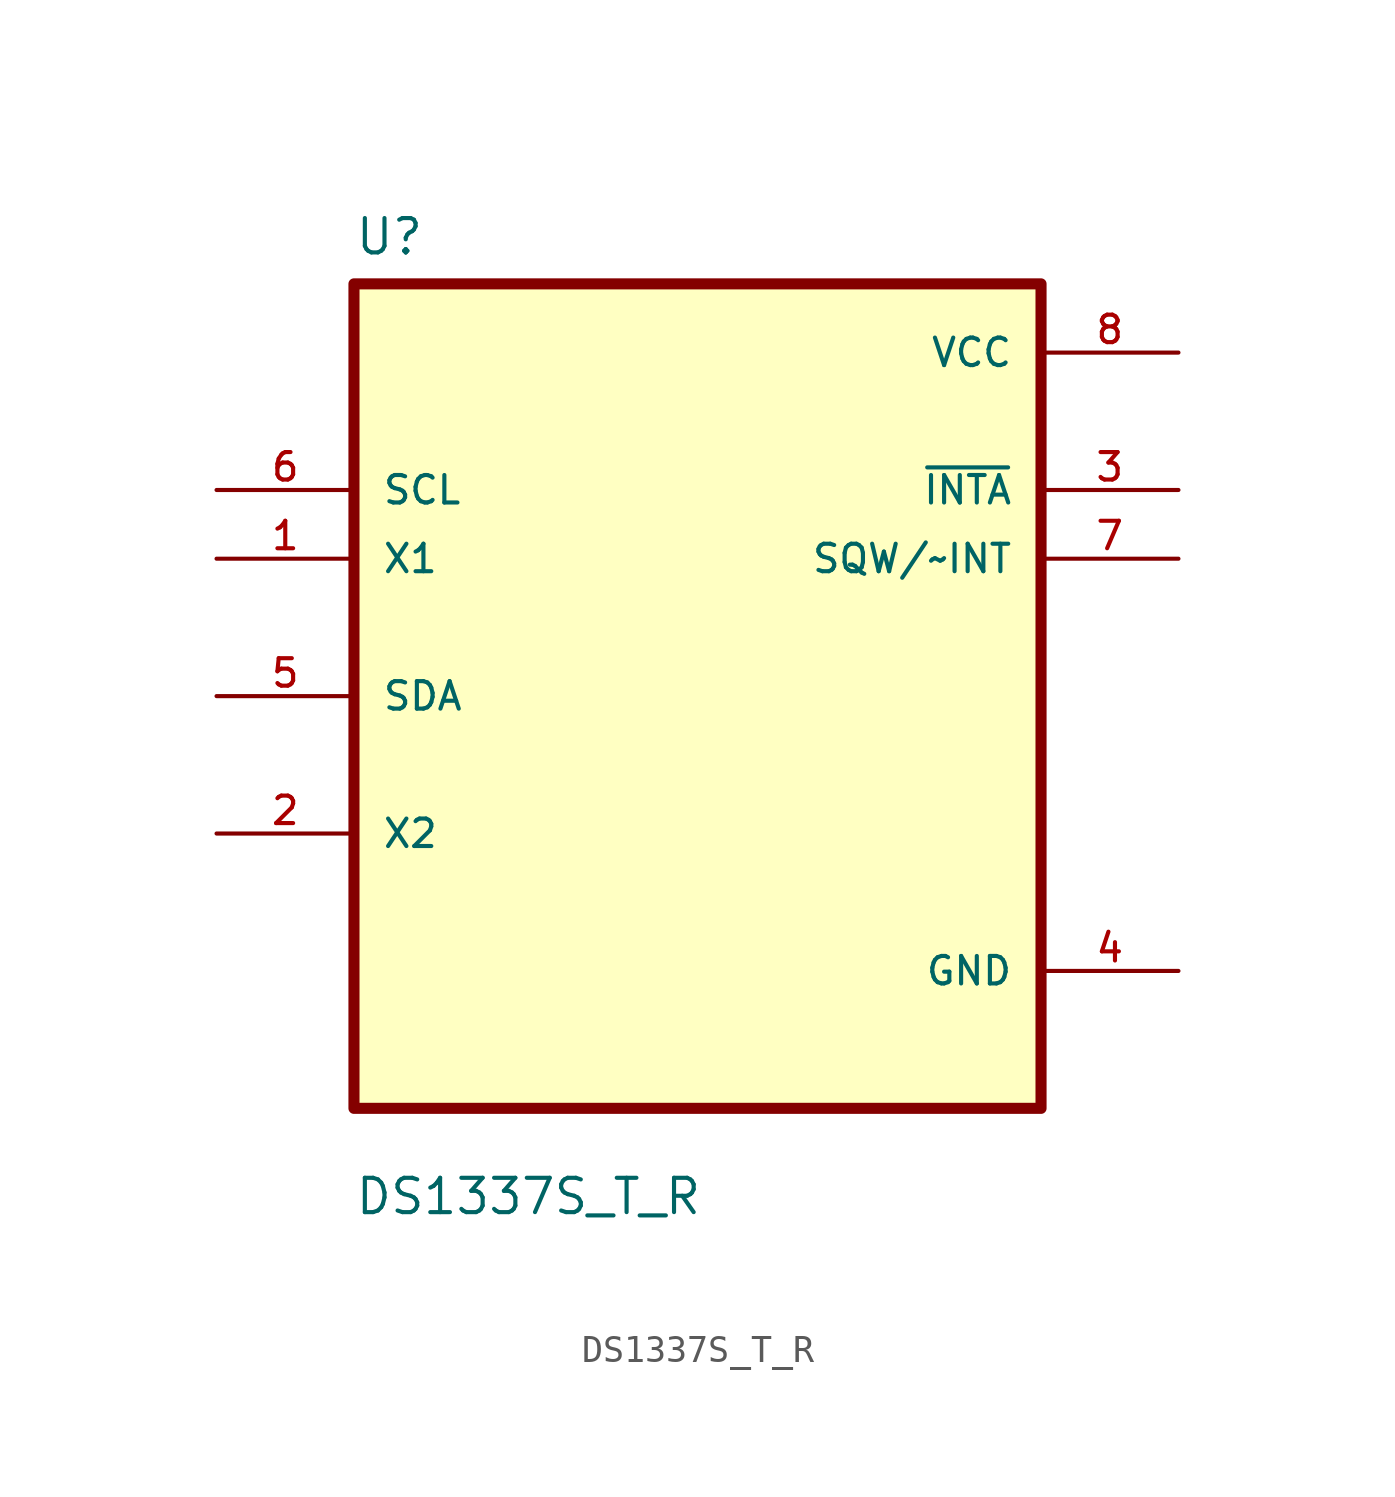
<source format=kicad_sym>
(kicad_symbol_lib
  (version 20211014)
  (generator kicad_symbol_editor)
  (symbol "DS1337S_T_R"
    (pin_names
      (offset 1.016))
    (property "Reference" "U"
      (at -12.7 16.24 0.0)
      (effects (font (size 1.27 1.27)) (justify bottom left)))
    (property "Value" "DS1337S_T_R"
      (at -12.7 -19.24 0.0)
      (effects (font (size 1.27 1.27)) (justify bottom left)))
    (symbol "DS1337S_T_R_0_0"
      (rectangle (start -12.7 -15.24) (end 12.7 15.24) (stroke (width 0.41)) (fill (type background)))
      (pin input line (at -17.78 7.62 0) (length 5.08) (name "SCL" (effects (font (size 1.016 1.016)))) (number "6" (effects (font (size 1.016 1.016)))))
      (pin input line (at -17.78 5.08 0) (length 5.08) (name "X1" (effects (font (size 1.016 1.016)))) (number "1" (effects (font (size 1.016 1.016)))))
      (pin bidirectional line (at -17.78 0.0 0) (length 5.08) (name "SDA" (effects (font (size 1.016 1.016)))) (number "5" (effects (font (size 1.016 1.016)))))
      (pin bidirectional line (at -17.78 -5.08 0) (length 5.08) (name "X2" (effects (font (size 1.016 1.016)))) (number "2" (effects (font (size 1.016 1.016)))))
      (pin power_in line (at 17.78 12.7 180.0) (length 5.08) (name "VCC" (effects (font (size 1.016 1.016)))) (number "8" (effects (font (size 1.016 1.016)))))
      (pin output line (at 17.78 7.62 180.0) (length 5.08) (name "~{INTA}" (effects (font (size 1.016 1.016)))) (number "3" (effects (font (size 1.016 1.016)))))
      (pin output line (at 17.78 5.08 180.0) (length 5.08) (name "SQW/~INT" (effects (font (size 1.016 1.016)))) (number "7" (effects (font (size 1.016 1.016)))))
      (pin power_in line (at 17.78 -10.16 180.0) (length 5.08) (name "GND" (effects (font (size 1.016 1.016)))) (number "4" (effects (font (size 1.016 1.016))))))))
</source>
